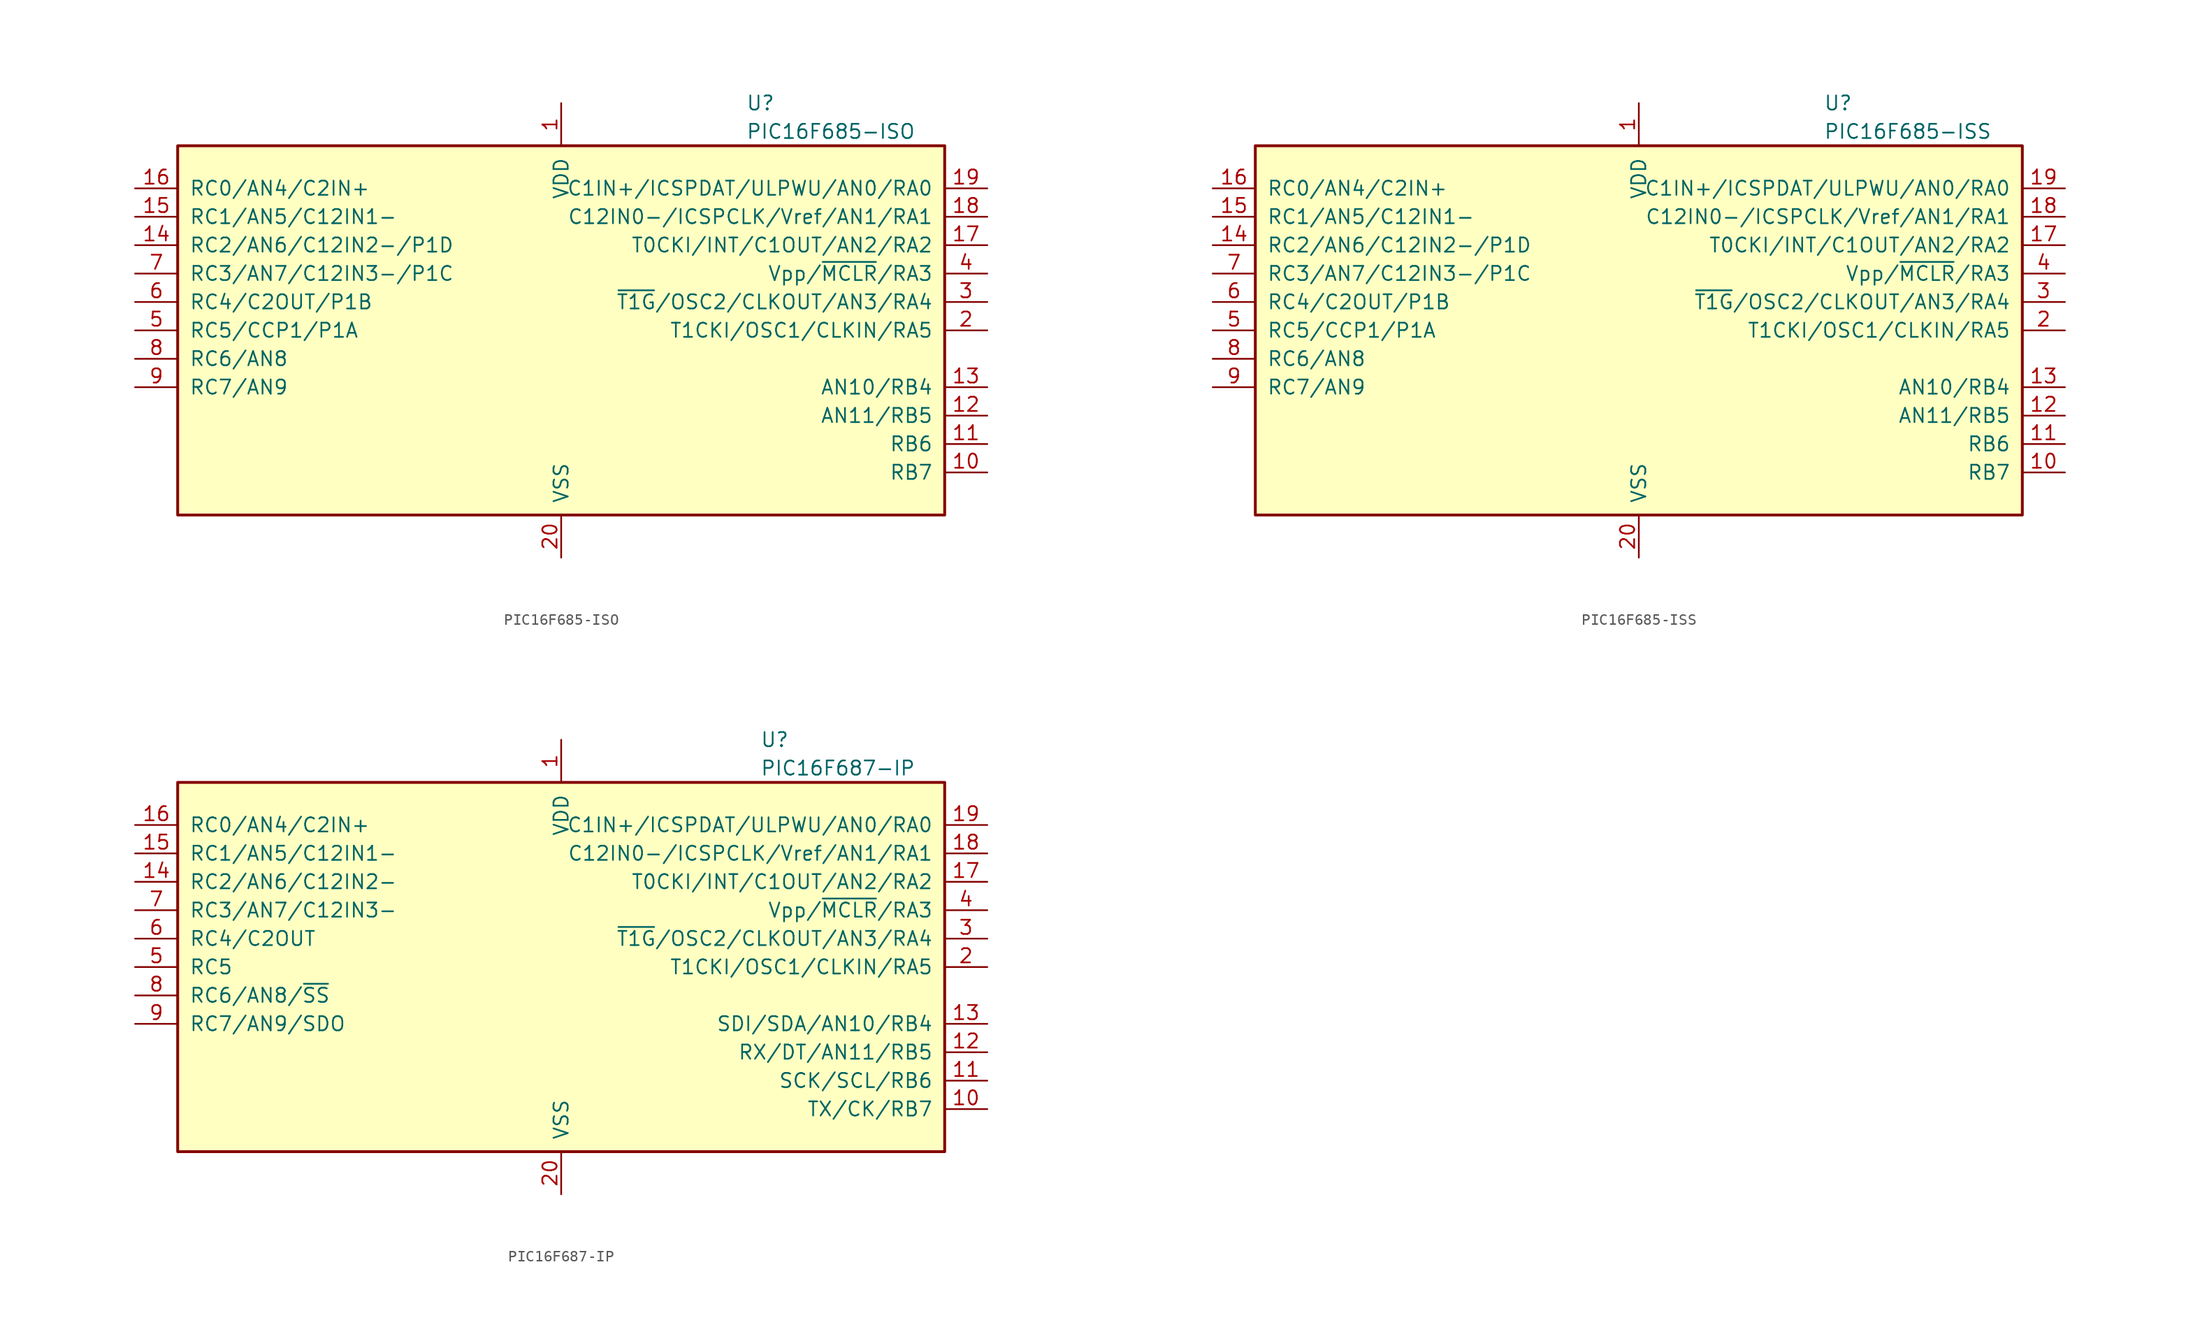
<source format=kicad_sym>
(kicad_symbol_lib
  (version 20201005)
  (generator kicad_symbol_editor)
  (symbol "PIC16F685-ISO"
    (pin_names
      (offset 1.016))
    (property "Reference" "U"
      (at 16.51 20.32 0)
      (effects (font (size 1.27 1.27)) (justify left)))
    (property "Value" "PIC16F685-ISO"
      (at 16.51 17.78 0)
      (effects (font (size 1.27 1.27)) (justify left)))
    (symbol "PIC16F685-ISO_0_1"
      (rectangle (start -34.29 16.51) (end 34.29 -16.51) (stroke (width 0.254)) (fill (type background))))
    (symbol "PIC16F685-ISO_1_1"
      (pin power_in line (at 0 20.32 270) (length 3.81) (name "VDD" (effects (font (size 1.27 1.27)))) (number "1" (effects (font (size 1.27 1.27)))))
      (pin bidirectional line (at 38.1 -12.7 180) (length 3.81) (name "RB7" (effects (font (size 1.27 1.27)))) (number "10" (effects (font (size 1.27 1.27)))))
      (pin bidirectional line (at 38.1 -10.16 180) (length 3.81) (name "RB6" (effects (font (size 1.27 1.27)))) (number "11" (effects (font (size 1.27 1.27)))))
      (pin bidirectional line (at 38.1 -7.62 180) (length 3.81) (name "AN11/RB5" (effects (font (size 1.27 1.27)))) (number "12" (effects (font (size 1.27 1.27)))))
      (pin bidirectional line (at 38.1 -5.08 180) (length 3.81) (name "AN10/RB4" (effects (font (size 1.27 1.27)))) (number "13" (effects (font (size 1.27 1.27)))))
      (pin bidirectional line (at -38.1 7.62 0) (length 3.81) (name "RC2/AN6/C12IN2-/P1D" (effects (font (size 1.27 1.27)))) (number "14" (effects (font (size 1.27 1.27)))))
      (pin bidirectional line (at -38.1 10.16 0) (length 3.81) (name "RC1/AN5/C12IN1-" (effects (font (size 1.27 1.27)))) (number "15" (effects (font (size 1.27 1.27)))))
      (pin bidirectional line (at -38.1 12.7 0) (length 3.81) (name "RC0/AN4/C2IN+" (effects (font (size 1.27 1.27)))) (number "16" (effects (font (size 1.27 1.27)))))
      (pin bidirectional line (at 38.1 7.62 180) (length 3.81) (name "T0CKI/INT/C1OUT/AN2/RA2" (effects (font (size 1.27 1.27)))) (number "17" (effects (font (size 1.27 1.27)))))
      (pin bidirectional line (at 38.1 10.16 180) (length 3.81) (name "C12IN0-/ICSPCLK/Vref/AN1/RA1" (effects (font (size 1.27 1.27)))) (number "18" (effects (font (size 1.27 1.27)))))
      (pin bidirectional line (at 38.1 12.7 180) (length 3.81) (name "C1IN+/ICSPDAT/ULPWU/AN0/RA0" (effects (font (size 1.27 1.27)))) (number "19" (effects (font (size 1.27 1.27)))))
      (pin bidirectional line (at 38.1 0 180) (length 3.81) (name "T1CKI/OSC1/CLKIN/RA5" (effects (font (size 1.27 1.27)))) (number "2" (effects (font (size 1.27 1.27)))))
      (pin power_in line (at 0 -20.32 90) (length 3.81) (name "VSS" (effects (font (size 1.27 1.27)))) (number "20" (effects (font (size 1.27 1.27)))))
      (pin bidirectional line (at 38.1 2.54 180) (length 3.81) (name "~T1G~/OSC2/CLKOUT/AN3/RA4" (effects (font (size 1.27 1.27)))) (number "3" (effects (font (size 1.27 1.27)))))
      (pin input line (at 38.1 5.08 180) (length 3.81) (name "Vpp/~MCLR~/RA3" (effects (font (size 1.27 1.27)))) (number "4" (effects (font (size 1.27 1.27)))))
      (pin bidirectional line (at -38.1 0 0) (length 3.81) (name "RC5/CCP1/P1A" (effects (font (size 1.27 1.27)))) (number "5" (effects (font (size 1.27 1.27)))))
      (pin bidirectional line (at -38.1 2.54 0) (length 3.81) (name "RC4/C2OUT/P1B" (effects (font (size 1.27 1.27)))) (number "6" (effects (font (size 1.27 1.27)))))
      (pin bidirectional line (at -38.1 5.08 0) (length 3.81) (name "RC3/AN7/C12IN3-/P1C" (effects (font (size 1.27 1.27)))) (number "7" (effects (font (size 1.27 1.27)))))
      (pin bidirectional line (at -38.1 -2.54 0) (length 3.81) (name "RC6/AN8" (effects (font (size 1.27 1.27)))) (number "8" (effects (font (size 1.27 1.27)))))
      (pin bidirectional line (at -38.1 -5.08 0) (length 3.81) (name "RC7/AN9" (effects (font (size 1.27 1.27)))) (number "9" (effects (font (size 1.27 1.27)))))))
  (symbol "PIC16F685-ISS"
    (pin_names
      (offset 1.016))
    (property "Reference" "U"
      (at 16.51 20.32 0)
      (effects (font (size 1.27 1.27)) (justify left)))
    (property "Value" "PIC16F685-ISS"
      (at 16.51 17.78 0)
      (effects (font (size 1.27 1.27)) (justify left)))
    (symbol "PIC16F685-ISS_0_1"
      (rectangle (start -34.29 16.51) (end 34.29 -16.51) (stroke (width 0.254)) (fill (type background))))
    (symbol "PIC16F685-ISS_1_1"
      (pin power_in line (at 0 20.32 270) (length 3.81) (name "VDD" (effects (font (size 1.27 1.27)))) (number "1" (effects (font (size 1.27 1.27)))))
      (pin bidirectional line (at 38.1 -12.7 180) (length 3.81) (name "RB7" (effects (font (size 1.27 1.27)))) (number "10" (effects (font (size 1.27 1.27)))))
      (pin bidirectional line (at 38.1 -10.16 180) (length 3.81) (name "RB6" (effects (font (size 1.27 1.27)))) (number "11" (effects (font (size 1.27 1.27)))))
      (pin bidirectional line (at 38.1 -7.62 180) (length 3.81) (name "AN11/RB5" (effects (font (size 1.27 1.27)))) (number "12" (effects (font (size 1.27 1.27)))))
      (pin bidirectional line (at 38.1 -5.08 180) (length 3.81) (name "AN10/RB4" (effects (font (size 1.27 1.27)))) (number "13" (effects (font (size 1.27 1.27)))))
      (pin bidirectional line (at -38.1 7.62 0) (length 3.81) (name "RC2/AN6/C12IN2-/P1D" (effects (font (size 1.27 1.27)))) (number "14" (effects (font (size 1.27 1.27)))))
      (pin bidirectional line (at -38.1 10.16 0) (length 3.81) (name "RC1/AN5/C12IN1-" (effects (font (size 1.27 1.27)))) (number "15" (effects (font (size 1.27 1.27)))))
      (pin bidirectional line (at -38.1 12.7 0) (length 3.81) (name "RC0/AN4/C2IN+" (effects (font (size 1.27 1.27)))) (number "16" (effects (font (size 1.27 1.27)))))
      (pin bidirectional line (at 38.1 7.62 180) (length 3.81) (name "T0CKI/INT/C1OUT/AN2/RA2" (effects (font (size 1.27 1.27)))) (number "17" (effects (font (size 1.27 1.27)))))
      (pin bidirectional line (at 38.1 10.16 180) (length 3.81) (name "C12IN0-/ICSPCLK/Vref/AN1/RA1" (effects (font (size 1.27 1.27)))) (number "18" (effects (font (size 1.27 1.27)))))
      (pin bidirectional line (at 38.1 12.7 180) (length 3.81) (name "C1IN+/ICSPDAT/ULPWU/AN0/RA0" (effects (font (size 1.27 1.27)))) (number "19" (effects (font (size 1.27 1.27)))))
      (pin bidirectional line (at 38.1 0 180) (length 3.81) (name "T1CKI/OSC1/CLKIN/RA5" (effects (font (size 1.27 1.27)))) (number "2" (effects (font (size 1.27 1.27)))))
      (pin power_in line (at 0 -20.32 90) (length 3.81) (name "VSS" (effects (font (size 1.27 1.27)))) (number "20" (effects (font (size 1.27 1.27)))))
      (pin bidirectional line (at 38.1 2.54 180) (length 3.81) (name "~T1G~/OSC2/CLKOUT/AN3/RA4" (effects (font (size 1.27 1.27)))) (number "3" (effects (font (size 1.27 1.27)))))
      (pin input line (at 38.1 5.08 180) (length 3.81) (name "Vpp/~MCLR~/RA3" (effects (font (size 1.27 1.27)))) (number "4" (effects (font (size 1.27 1.27)))))
      (pin bidirectional line (at -38.1 0 0) (length 3.81) (name "RC5/CCP1/P1A" (effects (font (size 1.27 1.27)))) (number "5" (effects (font (size 1.27 1.27)))))
      (pin bidirectional line (at -38.1 2.54 0) (length 3.81) (name "RC4/C2OUT/P1B" (effects (font (size 1.27 1.27)))) (number "6" (effects (font (size 1.27 1.27)))))
      (pin bidirectional line (at -38.1 5.08 0) (length 3.81) (name "RC3/AN7/C12IN3-/P1C" (effects (font (size 1.27 1.27)))) (number "7" (effects (font (size 1.27 1.27)))))
      (pin bidirectional line (at -38.1 -2.54 0) (length 3.81) (name "RC6/AN8" (effects (font (size 1.27 1.27)))) (number "8" (effects (font (size 1.27 1.27)))))
      (pin bidirectional line (at -38.1 -5.08 0) (length 3.81) (name "RC7/AN9" (effects (font (size 1.27 1.27)))) (number "9" (effects (font (size 1.27 1.27)))))))
  (symbol "PIC16F687-IP"
    (pin_names
      (offset 1.016))
    (property "Reference" "U"
      (at 17.78 20.32 0)
      (effects (font (size 1.27 1.27)) (justify left)))
    (property "Value" "PIC16F687-IP"
      (at 17.78 17.78 0)
      (effects (font (size 1.27 1.27)) (justify left)))
    (symbol "PIC16F687-IP_0_1"
      (rectangle (start -34.29 16.51) (end 34.29 -16.51) (stroke (width 0.254)) (fill (type background))))
    (symbol "PIC16F687-IP_1_1"
      (pin power_in line (at 0 20.32 270) (length 3.81) (name "VDD" (effects (font (size 1.27 1.27)))) (number "1" (effects (font (size 1.27 1.27)))))
      (pin bidirectional line (at 38.1 -12.7 180) (length 3.81) (name "TX/CK/RB7" (effects (font (size 1.27 1.27)))) (number "10" (effects (font (size 1.27 1.27)))))
      (pin bidirectional line (at 38.1 -10.16 180) (length 3.81) (name "SCK/SCL/RB6" (effects (font (size 1.27 1.27)))) (number "11" (effects (font (size 1.27 1.27)))))
      (pin bidirectional line (at 38.1 -7.62 180) (length 3.81) (name "RX/DT/AN11/RB5" (effects (font (size 1.27 1.27)))) (number "12" (effects (font (size 1.27 1.27)))))
      (pin bidirectional line (at 38.1 -5.08 180) (length 3.81) (name "SDI/SDA/AN10/RB4" (effects (font (size 1.27 1.27)))) (number "13" (effects (font (size 1.27 1.27)))))
      (pin bidirectional line (at -38.1 7.62 0) (length 3.81) (name "RC2/AN6/C12IN2-" (effects (font (size 1.27 1.27)))) (number "14" (effects (font (size 1.27 1.27)))))
      (pin bidirectional line (at -38.1 10.16 0) (length 3.81) (name "RC1/AN5/C12IN1-" (effects (font (size 1.27 1.27)))) (number "15" (effects (font (size 1.27 1.27)))))
      (pin bidirectional line (at -38.1 12.7 0) (length 3.81) (name "RC0/AN4/C2IN+" (effects (font (size 1.27 1.27)))) (number "16" (effects (font (size 1.27 1.27)))))
      (pin bidirectional line (at 38.1 7.62 180) (length 3.81) (name "T0CKI/INT/C1OUT/AN2/RA2" (effects (font (size 1.27 1.27)))) (number "17" (effects (font (size 1.27 1.27)))))
      (pin bidirectional line (at 38.1 10.16 180) (length 3.81) (name "C12IN0-/ICSPCLK/Vref/AN1/RA1" (effects (font (size 1.27 1.27)))) (number "18" (effects (font (size 1.27 1.27)))))
      (pin bidirectional line (at 38.1 12.7 180) (length 3.81) (name "C1IN+/ICSPDAT/ULPWU/AN0/RA0" (effects (font (size 1.27 1.27)))) (number "19" (effects (font (size 1.27 1.27)))))
      (pin bidirectional line (at 38.1 0 180) (length 3.81) (name "T1CKI/OSC1/CLKIN/RA5" (effects (font (size 1.27 1.27)))) (number "2" (effects (font (size 1.27 1.27)))))
      (pin power_in line (at 0 -20.32 90) (length 3.81) (name "VSS" (effects (font (size 1.27 1.27)))) (number "20" (effects (font (size 1.27 1.27)))))
      (pin bidirectional line (at 38.1 2.54 180) (length 3.81) (name "~T1G~/OSC2/CLKOUT/AN3/RA4" (effects (font (size 1.27 1.27)))) (number "3" (effects (font (size 1.27 1.27)))))
      (pin input line (at 38.1 5.08 180) (length 3.81) (name "Vpp/~MCLR~/RA3" (effects (font (size 1.27 1.27)))) (number "4" (effects (font (size 1.27 1.27)))))
      (pin bidirectional line (at -38.1 0 0) (length 3.81) (name "RC5" (effects (font (size 1.27 1.27)))) (number "5" (effects (font (size 1.27 1.27)))))
      (pin bidirectional line (at -38.1 2.54 0) (length 3.81) (name "RC4/C2OUT" (effects (font (size 1.27 1.27)))) (number "6" (effects (font (size 1.27 1.27)))))
      (pin bidirectional line (at -38.1 5.08 0) (length 3.81) (name "RC3/AN7/C12IN3-" (effects (font (size 1.27 1.27)))) (number "7" (effects (font (size 1.27 1.27)))))
      (pin bidirectional line (at -38.1 -2.54 0) (length 3.81) (name "RC6/AN8/~SS~" (effects (font (size 1.27 1.27)))) (number "8" (effects (font (size 1.27 1.27)))))
      (pin bidirectional line (at -38.1 -5.08 0) (length 3.81) (name "RC7/AN9/SDO" (effects (font (size 1.27 1.27)))) (number "9" (effects (font (size 1.27 1.27))))))))
</source>
